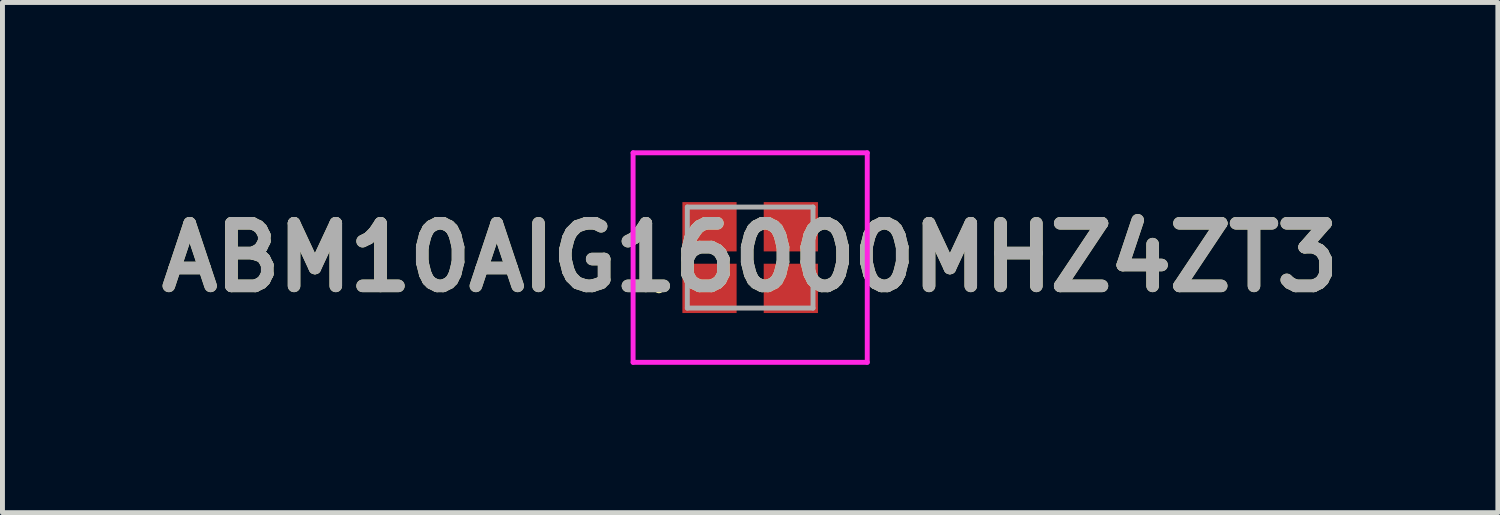
<source format=kicad_pcb>
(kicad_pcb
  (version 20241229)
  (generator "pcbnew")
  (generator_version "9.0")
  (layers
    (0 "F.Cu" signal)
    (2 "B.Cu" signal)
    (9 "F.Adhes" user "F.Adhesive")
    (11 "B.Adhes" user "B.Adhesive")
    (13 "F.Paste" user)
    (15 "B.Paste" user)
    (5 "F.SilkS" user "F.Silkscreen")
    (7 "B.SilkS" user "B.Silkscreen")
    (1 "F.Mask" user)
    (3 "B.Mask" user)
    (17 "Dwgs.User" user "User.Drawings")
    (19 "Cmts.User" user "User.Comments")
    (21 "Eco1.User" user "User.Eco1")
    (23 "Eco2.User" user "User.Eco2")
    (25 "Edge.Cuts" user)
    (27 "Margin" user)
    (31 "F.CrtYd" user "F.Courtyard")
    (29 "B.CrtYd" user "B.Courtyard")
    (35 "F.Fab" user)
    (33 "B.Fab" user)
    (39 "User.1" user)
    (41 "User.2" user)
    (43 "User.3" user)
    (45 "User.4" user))
  (footprint "ABM10AIG16000MHZ4ZT3"
    (layer "F.Cu")
    (at 12.168 2.175)
    (property "Reference" "ABM10AIG16000MHZ4ZT3" (at 0 0 0) (layer "F.SilkS") (effects (font (size 1.27 1.27) (thickness 0.254))))
    (attr smd)
    (fp_line (start -1.9 0.625) (end -1.9 0.625) (stroke (width 0.1) (type solid)) (layer "F.SilkS"))
    (fp_line (start -1.8 0.625) (end -1.8 0.625) (stroke (width 0.1) (type solid)) (layer "F.SilkS"))
    (fp_arc (start -1.9 0.625) (mid -1.85 0.575) (end -1.8 0.625) (stroke (width 0.1) (type solid)) (layer "F.SilkS"))
    (fp_arc (start -1.8 0.625) (mid -1.85 0.675) (end -1.9 0.625) (stroke (width 0.1) (type solid)) (layer "F.SilkS"))
    (fp_line (start -2.375 -2.125) (end 2.375 -2.125) (stroke (width 0.1) (type solid)) (layer "F.CrtYd"))
    (fp_line (start -2.375 2.125) (end -2.375 -2.125) (stroke (width 0.1) (type solid)) (layer "F.CrtYd"))
    (fp_line (start 2.375 -2.125) (end 2.375 2.125) (stroke (width 0.1) (type solid)) (layer "F.CrtYd"))
    (fp_line (start 2.375 2.125) (end -2.375 2.125) (stroke (width 0.1) (type solid)) (layer "F.CrtYd"))
    (fp_line (start -1.275 -1.025) (end -1.275 1.025) (stroke (width 0.1) (type solid)) (layer "F.Fab"))
    (fp_line (start -1.275 1.025) (end 1.275 1.025) (stroke (width 0.1) (type solid)) (layer "F.Fab"))
    (fp_line (start 1.275 -1.025) (end -1.275 -1.025) (stroke (width 0.1) (type solid)) (layer "F.Fab"))
    (fp_line (start 1.275 1.025) (end 1.275 -1.025) (stroke (width 0.1) (type solid)) (layer "F.Fab"))
    (fp_text user "${REFERENCE}" (at 0 0 0) (layer "F.Fab") (effects (font (size 1.27 1.27) (thickness 0.254))))
    (pad "1" smd rect (at -0.825 0.625 90) (size 1 1.1) (layers "F.Cu" "F.Mask" "F.Paste"))
    (pad "2" smd rect (at 0.825 0.625 90) (size 1 1.1) (layers "F.Cu" "F.Mask" "F.Paste"))
    (pad "3" smd rect (at 0.825 -0.625 90) (size 1 1.1) (layers "F.Cu" "F.Mask" "F.Paste"))
    (pad "4" smd rect (at -0.825 -0.625 90) (size 1 1.1) (layers "F.Cu" "F.Mask" "F.Paste")))
  (gr_rect
    (start -3 -3)
    (end 27.336 7.35)
    (stroke (width 0.1) (type default))
    (fill no)
    (layer "Edge.Cuts")))
</source>
